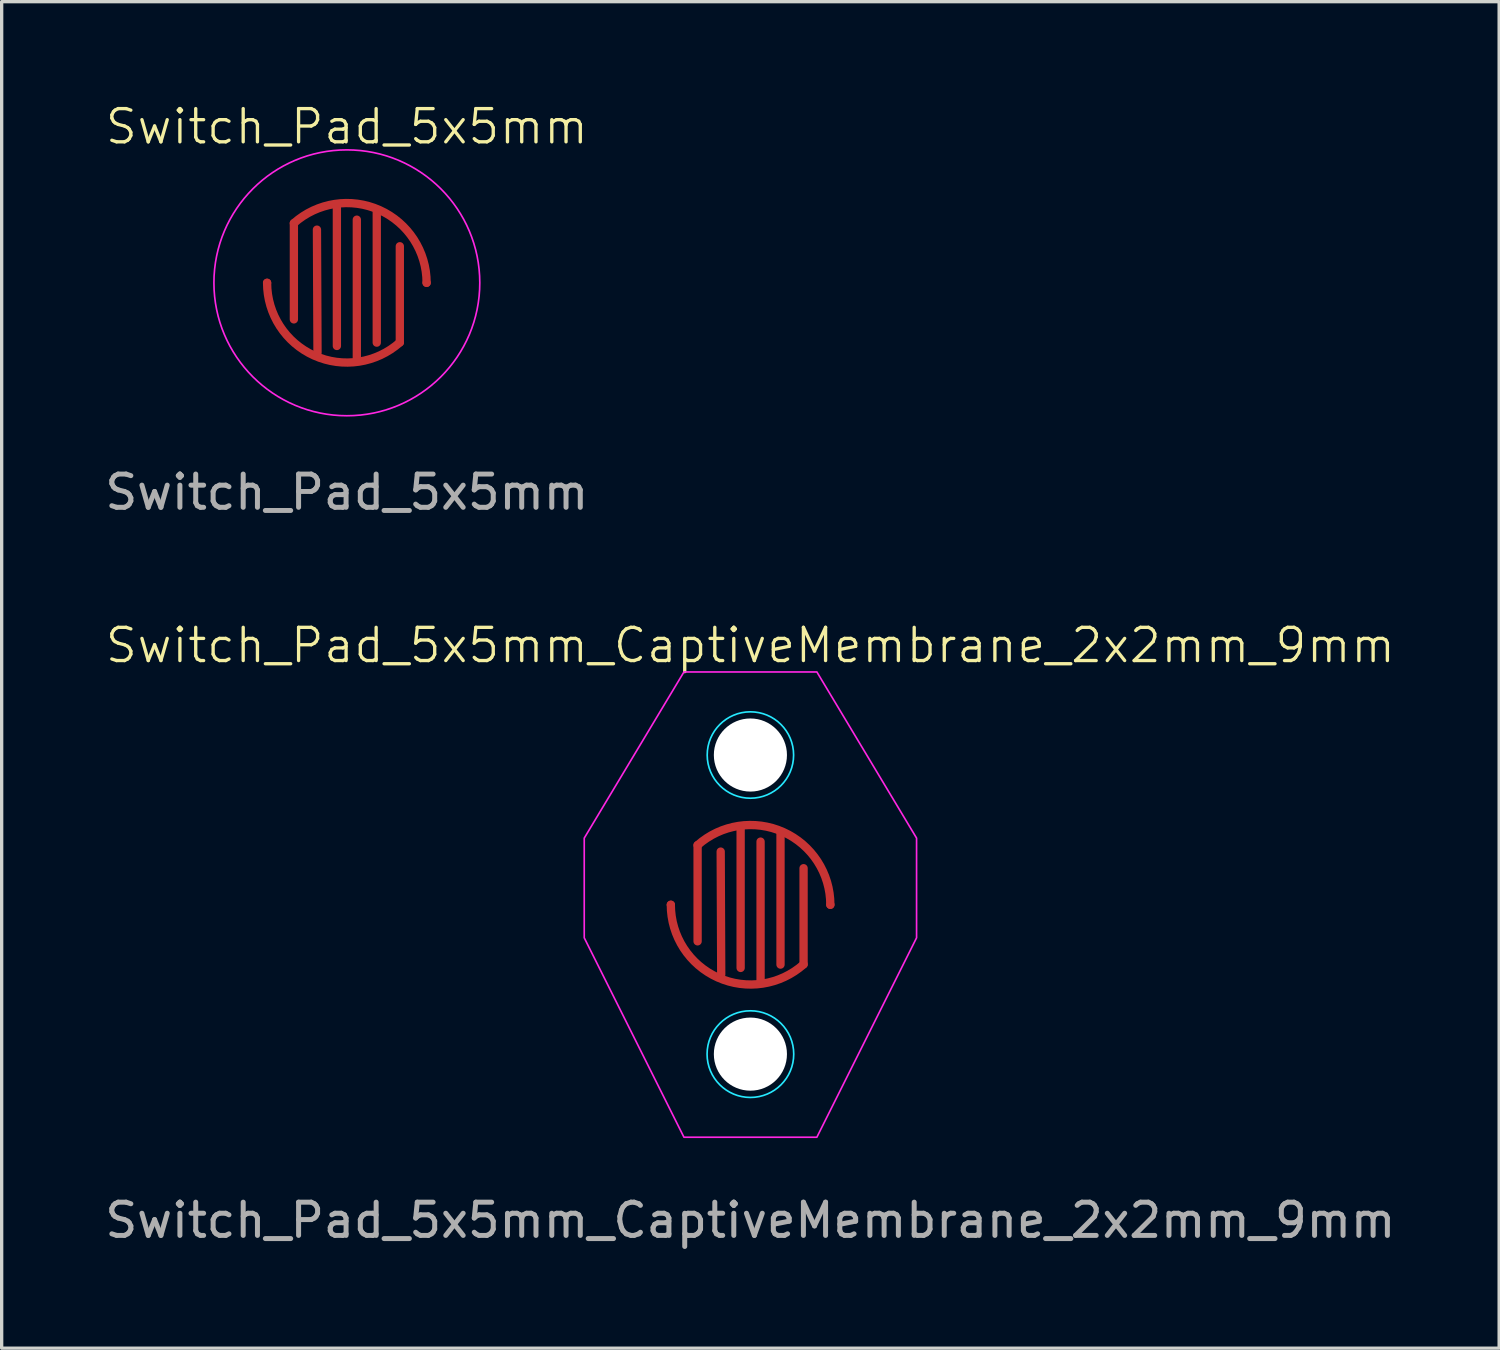
<source format=kicad_pcb>
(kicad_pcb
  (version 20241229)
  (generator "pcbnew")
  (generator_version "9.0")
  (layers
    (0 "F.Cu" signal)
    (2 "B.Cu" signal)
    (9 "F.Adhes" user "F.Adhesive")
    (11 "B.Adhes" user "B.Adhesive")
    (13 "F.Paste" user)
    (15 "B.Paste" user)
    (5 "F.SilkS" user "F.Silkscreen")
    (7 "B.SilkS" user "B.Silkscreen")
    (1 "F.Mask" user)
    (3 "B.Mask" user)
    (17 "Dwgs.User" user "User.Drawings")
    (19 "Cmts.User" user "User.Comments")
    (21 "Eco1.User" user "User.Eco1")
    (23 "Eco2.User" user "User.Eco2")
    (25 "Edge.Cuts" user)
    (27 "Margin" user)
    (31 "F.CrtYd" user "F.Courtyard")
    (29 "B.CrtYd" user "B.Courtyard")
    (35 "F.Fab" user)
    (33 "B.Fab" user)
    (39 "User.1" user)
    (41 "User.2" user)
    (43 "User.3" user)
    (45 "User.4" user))
  (footprint "Switch_Pad_5x5mm"
    (layer "F.Cu")
    (at 7.387 5.46)
    (property "Reference" "Switch_Pad_5x5mm" (at 0 -4.7 0) (unlocked yes) (layer "F.SilkS") (effects (font (size 1 1) (thickness 0.1))))
    (attr smd)
    (fp_line (start -1.594 -1.794) (end -1.594 1.1) (stroke (width 0.25) (type solid)) (layer "F.Cu"))
    (fp_line (start -0.883 2.1) (end -0.9 -1.6) (stroke (width 0.25) (type solid)) (layer "F.Cu"))
    (fp_line (start -0.3 -2.3) (end -0.3 1.9) (stroke (width 0.25) (type solid)) (layer "F.Cu"))
    (fp_line (start 0.3 2.3) (end 0.3 -1.9) (stroke (width 0.25) (type solid)) (layer "F.Cu"))
    (fp_line (start 0.9 -2.2) (end 0.9 1.8) (stroke (width 0.25) (type solid)) (layer "F.Cu"))
    (fp_line (start 1.594 1.794) (end 1.594 -1.1) (stroke (width 0.25) (type solid)) (layer "F.Cu"))
    (fp_arc (start -1.594473 -1.793782) (mid 0.983174 -2.189376) (end 2.4 0) (stroke (width 0.25) (type solid)) (layer "F.Cu"))
    (fp_arc (start 1.594473 1.793782) (mid -0.983174 2.189376) (end -2.4 0) (stroke (width 0.25) (type solid)) (layer "F.Cu"))
    (fp_circle (center 0 0) (end 4 0) (stroke (width 0.05) (type default)) (fill no) (layer "F.CrtYd"))
    (fp_text user "${REFERENCE}" (at 0 6.3 0) (unlocked yes) (layer "F.Fab") (effects (font (size 1 1) (thickness 0.15))))
    (pad "1" smd circle (at -2.4 0) (size 0.25 0.25) (layers "F.Cu" "F.Mask" "F.Paste"))
    (pad "2" smd circle (at 2.4 0) (size 0.25 0.25) (layers "F.Cu" "F.Mask" "F.Paste")))
  (footprint "Switch_Pad_5x5mm_CaptiveMembrane_2x2mm_9mm"
    (layer "F.Cu")
    (at 19.53 24.169)
    (property "Reference" "Switch_Pad_5x5mm_CaptiveMembrane_2x2mm_9mm" (at 0 -7.8 0) (unlocked yes) (layer "F.SilkS") (effects (font (size 1 1) (thickness 0.1))))
    (attr smd)
    (fp_line (start -1.589 -1.788) (end -1.589 1.106) (stroke (width 0.25) (type solid)) (layer "F.Cu"))
    (fp_line (start -0.878 2.106) (end -0.894 -1.594) (stroke (width 0.25) (type solid)) (layer "F.Cu"))
    (fp_line (start -0.294 -2.294) (end -0.294 1.906) (stroke (width 0.25) (type solid)) (layer "F.Cu"))
    (fp_line (start 0.306 2.306) (end 0.306 -1.894) (stroke (width 0.25) (type solid)) (layer "F.Cu"))
    (fp_line (start 0.906 -2.194) (end 0.906 1.806) (stroke (width 0.25) (type solid)) (layer "F.Cu"))
    (fp_line (start 1.6 1.8) (end 1.6 -1.094) (stroke (width 0.25) (type solid)) (layer "F.Cu"))
    (fp_arc (start -1.588946 -1.787563) (mid 0.988701 -2.183157) (end 2.405527 0.006219) (stroke (width 0.25) (type solid)) (layer "F.Cu"))
    (fp_arc (start 1.6 1.800001) (mid -0.977647 2.195595) (end -2.394473 0.006219) (stroke (width 0.25) (type solid)) (layer "F.Cu"))
    (fp_circle (center 0 -4.5) (end 1.3 -4.5) (stroke (width 0.05) (type default)) (fill no) (layer "B.CrtYd"))
    (fp_circle (center 0 4.5) (end 1.3 4.6) (stroke (width 0.05) (type default)) (fill no) (layer "B.CrtYd"))
    (fp_poly (pts (xy -2 7) (xy -5 1) (xy -5 -2) (xy -2 -7) (xy 2 -7) (xy 5 -2) (xy 5 1) (xy 2 7)) (stroke (width 0.05) (type solid)) (fill no) (layer "F.CrtYd"))
    (fp_text user "${REFERENCE}" (at 0 9.5 0) (unlocked yes) (layer "F.Fab") (effects (font (size 1 1) (thickness 0.15))))
    (pad "" np_thru_hole circle (at 0 -4.5) (size 2.2 2.2) (drill 2.2) (layers "*.Cu" "*.Mask"))
    (pad "" np_thru_hole circle (at 0 4.5) (size 2.2 2.2) (drill 2.2) (layers "*.Cu" "*.Mask"))
    (pad "1" smd circle (at -2.394 0.006) (size 0.25 0.25) (layers "F.Cu" "F.Mask" "F.Paste"))
    (pad "2" smd circle (at 2.406 0.006) (size 0.25 0.25) (layers "F.Cu" "F.Mask" "F.Paste")))
  (gr_rect
    (start -3 -3)
    (end 42.06 37.517)
    (stroke (width 0.1) (type default))
    (fill no)
    (layer "Edge.Cuts")))
</source>
